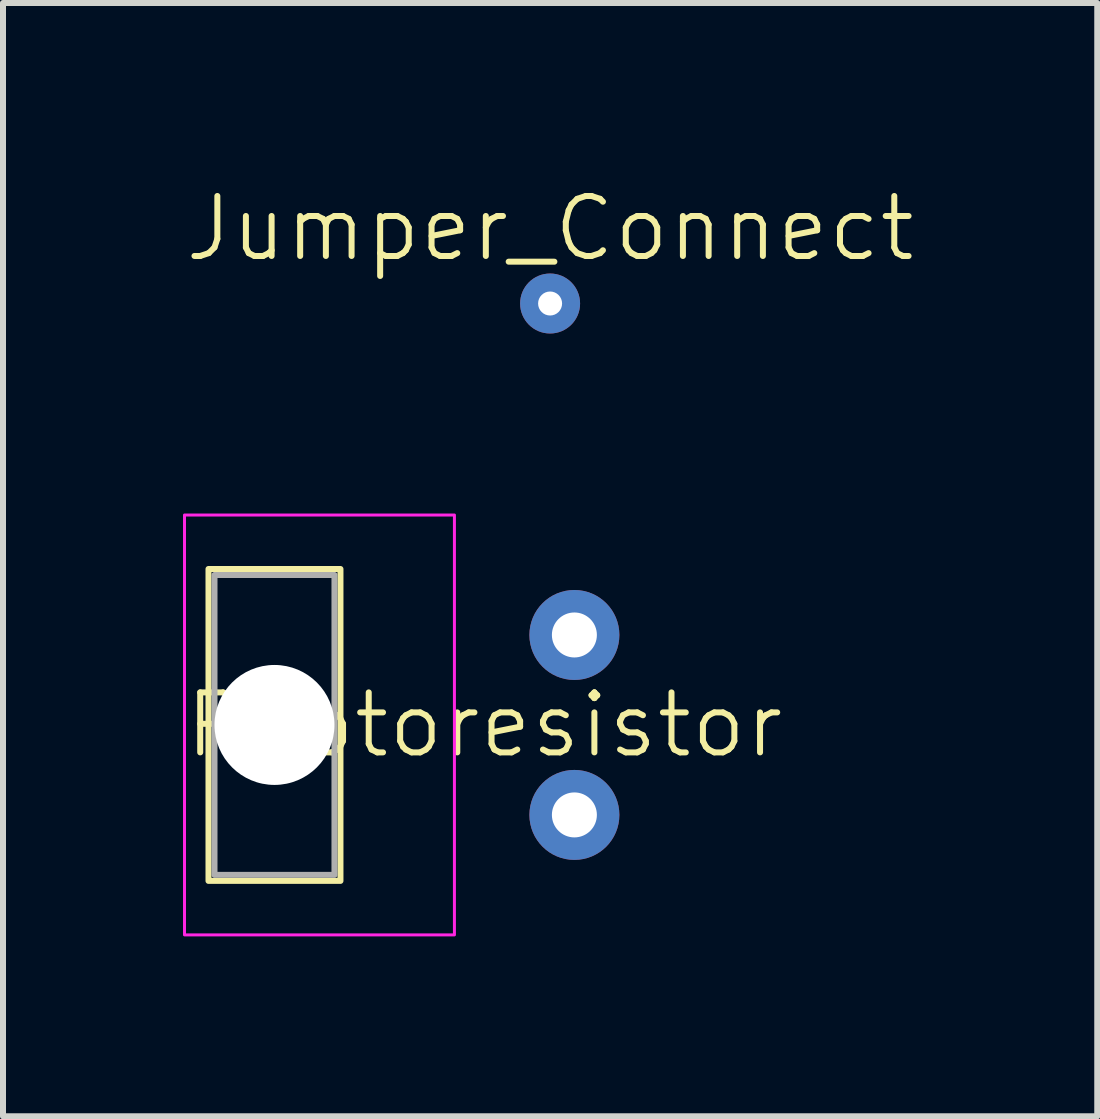
<source format=kicad_pcb>
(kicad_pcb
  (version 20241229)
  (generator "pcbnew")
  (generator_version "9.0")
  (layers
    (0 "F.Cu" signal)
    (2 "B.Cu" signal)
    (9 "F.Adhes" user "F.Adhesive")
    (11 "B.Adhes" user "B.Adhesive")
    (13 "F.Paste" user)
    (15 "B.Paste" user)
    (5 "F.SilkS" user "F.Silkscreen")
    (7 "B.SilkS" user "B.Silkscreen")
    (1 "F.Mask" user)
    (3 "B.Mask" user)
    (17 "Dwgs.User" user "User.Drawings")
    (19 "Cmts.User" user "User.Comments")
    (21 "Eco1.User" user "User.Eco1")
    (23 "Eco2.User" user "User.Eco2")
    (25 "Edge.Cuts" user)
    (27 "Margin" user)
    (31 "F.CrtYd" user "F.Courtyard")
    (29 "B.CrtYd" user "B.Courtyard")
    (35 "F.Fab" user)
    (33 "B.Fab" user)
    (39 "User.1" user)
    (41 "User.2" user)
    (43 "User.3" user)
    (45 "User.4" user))
  (footprint "Jumper_Connect"
    (layer "F.Cu")
    (at 6.121 2.01)
    (property "Reference" "Jumper_Connect" (at 0 -1.25 0) (unlocked yes) (layer "F.SilkS") (effects (font (size 1 1) (thickness 0.1))))
    (attr through_hole)
    (pad "1" thru_hole circle (at 0 0) (size 1 1) (drill 0.4) (layers "*.Cu" "*.Mask")))
  (footprint "Photoresistor"
    (layer "F.Cu")
    (at 1.526 9.036)
    (property "Reference" "Photoresistor" (at 3.5 0 0) (unlocked yes) (layer "F.SilkS") (effects (font (size 1 1) (thickness 0.1))))
    (attr through_hole)
    (fp_rect (start -1.1 -2.6) (end 1.1 2.6) (stroke (width 0.1) (type default)) (fill no) (layer "F.SilkS"))
    (fp_rect (start -1.5 -3.5) (end 3 3.5) (stroke (width 0.05) (type default)) (fill no) (layer "F.CrtYd"))
    (fp_rect (start -1 -2.5) (end 1 2.5) (stroke (width 0.1) (type default)) (fill no) (layer "F.Fab"))
    (pad "" np_thru_hole circle (at 0 0) (size 2 2) (drill 2) (layers "*.Cu" "*.Mask"))
    (pad "1" thru_hole circle (at 5 -1.5) (size 1.5 1.5) (drill 0.75) (layers "*.Cu" "*.Mask"))
    (pad "2" thru_hole circle (at 5 1.5) (size 1.5 1.5) (drill 0.75) (layers "*.Cu" "*.Mask")))
  (gr_rect
    (start -3 -3)
    (end 15.243 15.56)
    (stroke (width 0.1) (type default))
    (fill no)
    (layer "Edge.Cuts")))
</source>
